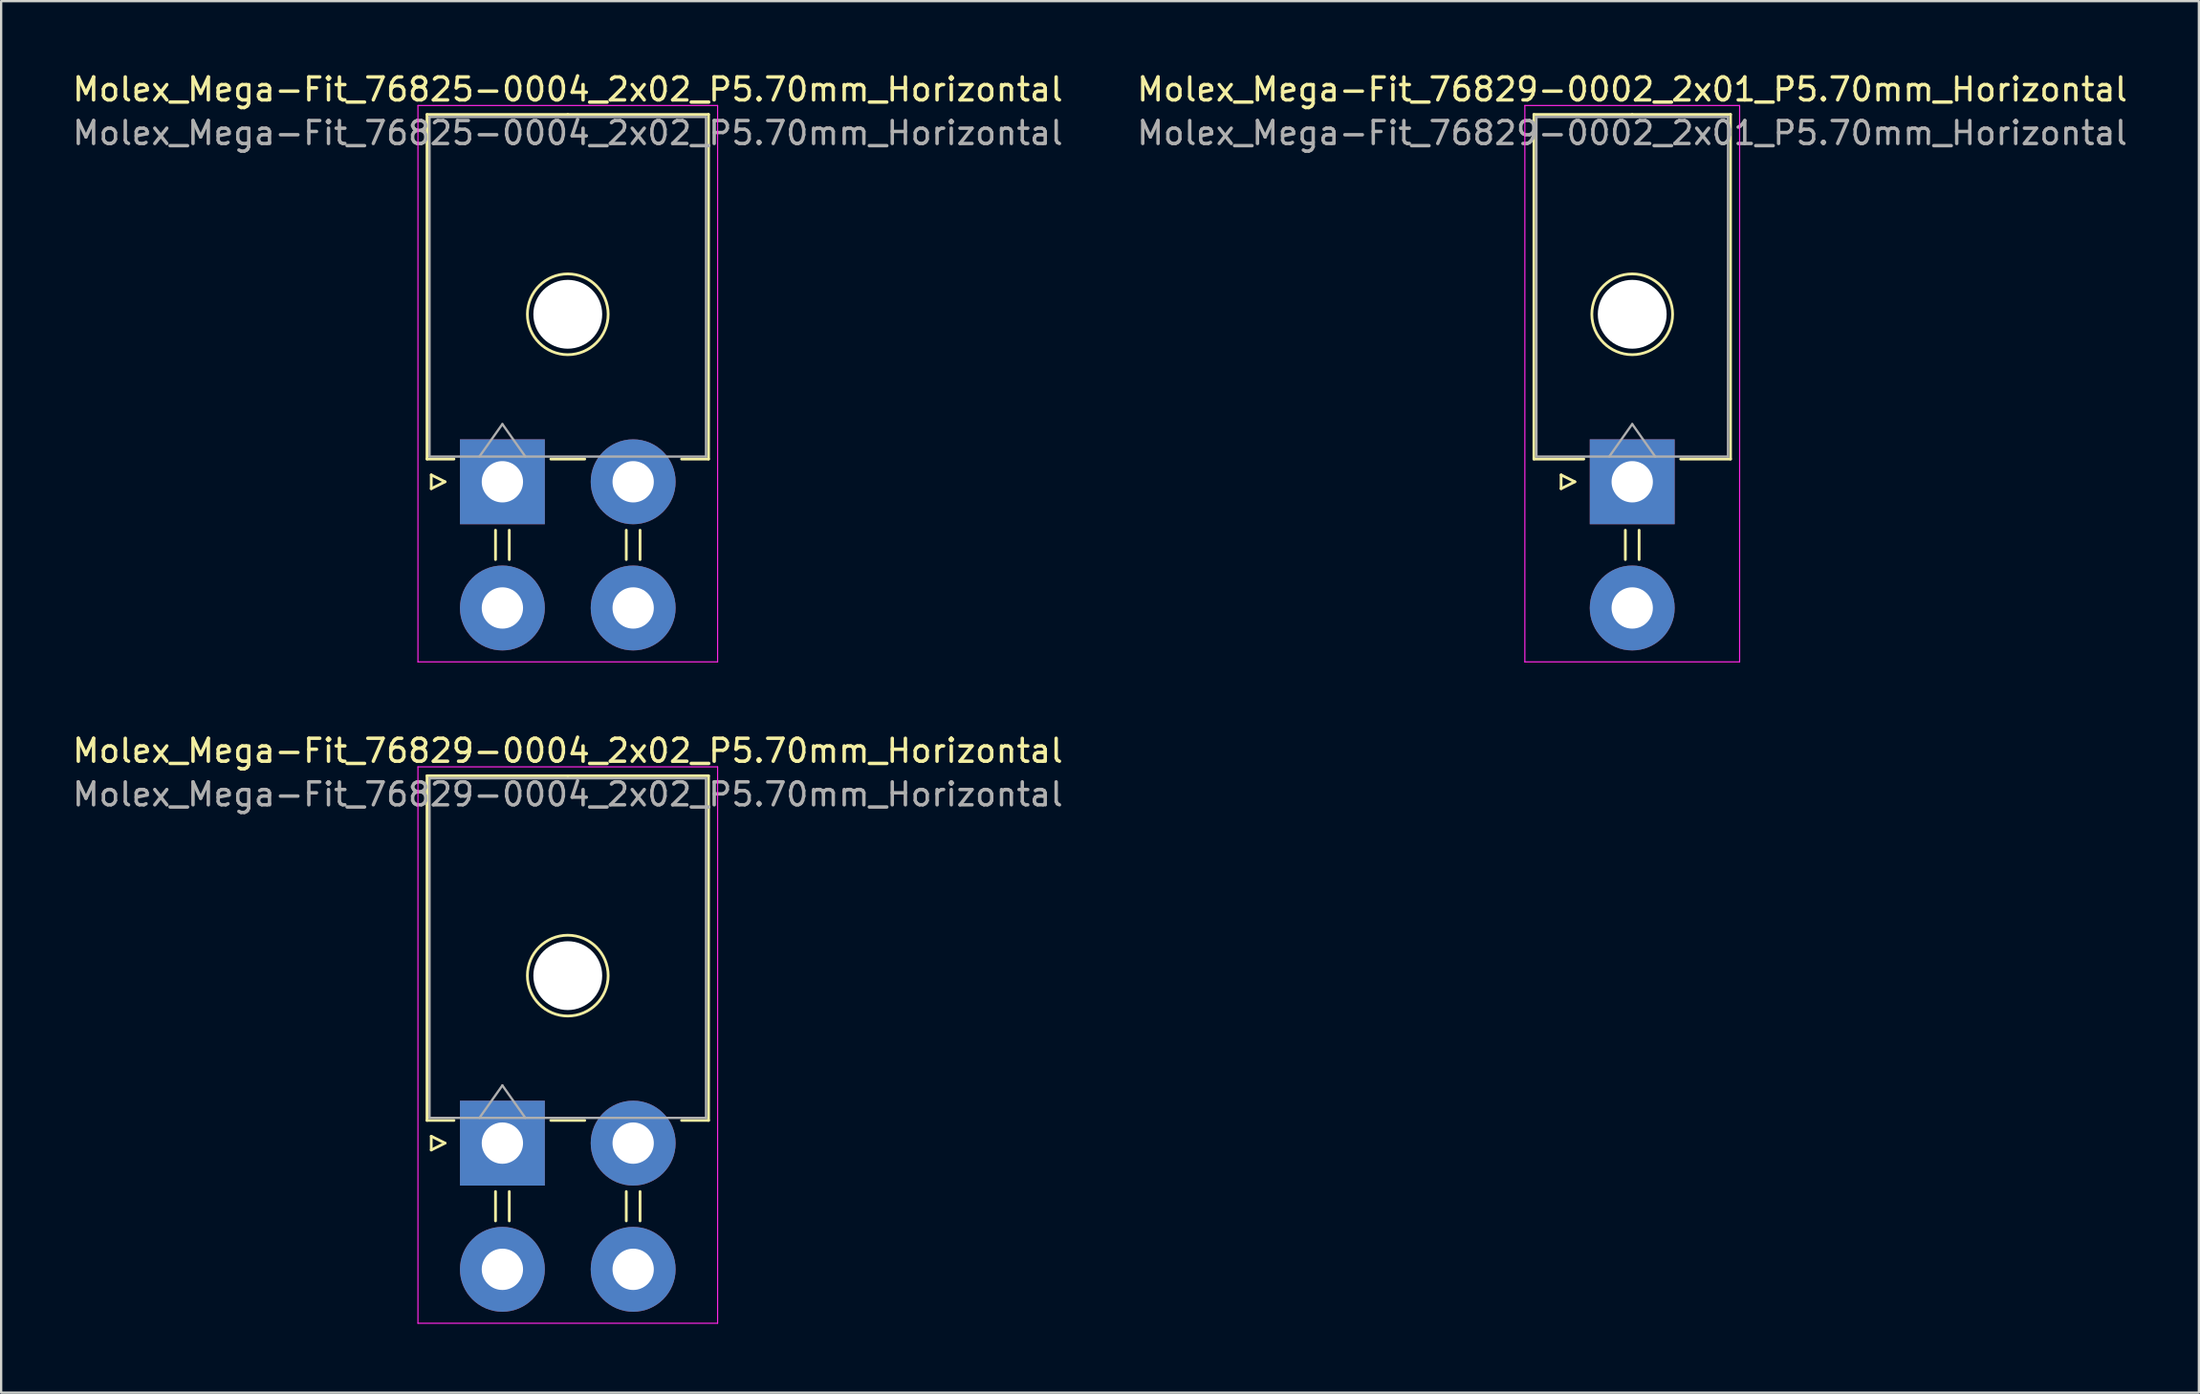
<source format=kicad_pcb>
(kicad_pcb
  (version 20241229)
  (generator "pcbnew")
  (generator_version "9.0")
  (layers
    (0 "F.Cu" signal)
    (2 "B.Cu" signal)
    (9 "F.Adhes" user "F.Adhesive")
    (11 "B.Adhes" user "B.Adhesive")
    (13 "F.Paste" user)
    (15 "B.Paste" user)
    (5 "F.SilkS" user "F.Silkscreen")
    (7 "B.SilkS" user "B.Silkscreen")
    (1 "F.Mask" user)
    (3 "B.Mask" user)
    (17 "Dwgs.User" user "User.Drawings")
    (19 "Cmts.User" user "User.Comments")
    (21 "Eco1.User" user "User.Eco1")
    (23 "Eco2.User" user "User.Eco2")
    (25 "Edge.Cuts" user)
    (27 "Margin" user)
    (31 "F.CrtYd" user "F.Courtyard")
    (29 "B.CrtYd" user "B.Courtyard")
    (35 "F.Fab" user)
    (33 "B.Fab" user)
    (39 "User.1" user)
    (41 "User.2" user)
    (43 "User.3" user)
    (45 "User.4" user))
  (footprint "Molex_Mega-Fit_76825-0004_2x02_P5.70mm_Horizontal"
    (layer "F.Cu")
    (at 18.846 17.948)
    (property "Reference" "Molex_Mega-Fit_76825-0004_2x02_P5.70mm_Horizontal" (at 2.85 -17.1 0) (layer "F.SilkS") (effects (font (size 1 1) (thickness 0.15))))
    (attr through_hole)
    (fp_line (start -3.285 -16.01) (end -3.285 -0.99) (stroke (width 0.12) (type solid)) (layer "F.SilkS"))
    (fp_line (start -3.285 -0.99) (end -2.11 -0.99) (stroke (width 0.12) (type solid)) (layer "F.SilkS"))
    (fp_line (start -3.1 -0.3) (end -2.5 0) (stroke (width 0.12) (type solid)) (layer "F.SilkS"))
    (fp_line (start -3.1 0.3) (end -3.1 -0.3) (stroke (width 0.12) (type solid)) (layer "F.SilkS"))
    (fp_line (start -2.5 0) (end -3.1 0.3) (stroke (width 0.12) (type solid)) (layer "F.SilkS"))
    (fp_line (start -0.3 2.11) (end -0.3 3.39) (stroke (width 0.12) (type solid)) (layer "F.SilkS"))
    (fp_line (start 0.3 2.11) (end 0.3 3.39) (stroke (width 0.12) (type solid)) (layer "F.SilkS"))
    (fp_line (start 2.11 -0.99) (end 3.59 -0.99) (stroke (width 0.12) (type solid)) (layer "F.SilkS"))
    (fp_line (start 2.85 -16.01) (end -3.285 -16.01) (stroke (width 0.12) (type solid)) (layer "F.SilkS"))
    (fp_line (start 2.85 -16.01) (end 8.985 -16.01) (stroke (width 0.12) (type solid)) (layer "F.SilkS"))
    (fp_line (start 5.4 2.11) (end 5.4 3.39) (stroke (width 0.12) (type solid)) (layer "F.SilkS"))
    (fp_line (start 6 2.11) (end 6 3.39) (stroke (width 0.12) (type solid)) (layer "F.SilkS"))
    (fp_line (start 8.985 -16.01) (end 8.985 -0.99) (stroke (width 0.12) (type solid)) (layer "F.SilkS"))
    (fp_line (start 8.985 -0.99) (end 7.81 -0.99) (stroke (width 0.12) (type solid)) (layer "F.SilkS"))
    (fp_circle (center 2.85 -7.3) (end 4.61 -7.3) (stroke (width 0.12) (type solid)) (fill no) (layer "F.SilkS"))
    (fp_line (start -3.68 -16.4) (end -3.68 7.85) (stroke (width 0.05) (type solid)) (layer "F.CrtYd"))
    (fp_line (start -3.68 7.85) (end 9.38 7.85) (stroke (width 0.05) (type solid)) (layer "F.CrtYd"))
    (fp_line (start 9.38 -16.4) (end -3.68 -16.4) (stroke (width 0.05) (type solid)) (layer "F.CrtYd"))
    (fp_line (start 9.38 7.85) (end 9.38 -16.4) (stroke (width 0.05) (type solid)) (layer "F.CrtYd"))
    (fp_line (start -3.175 -15.9) (end -3.175 -1.1) (stroke (width 0.1) (type solid)) (layer "F.Fab"))
    (fp_line (start -3.175 -1.1) (end 8.875 -1.1) (stroke (width 0.1) (type solid)) (layer "F.Fab"))
    (fp_line (start -1 -1.1) (end 0 -2.514) (stroke (width 0.1) (type solid)) (layer "F.Fab"))
    (fp_line (start 0 -2.514) (end 1 -1.1) (stroke (width 0.1) (type solid)) (layer "F.Fab"))
    (fp_line (start 8.875 -15.9) (end -3.175 -15.9) (stroke (width 0.1) (type solid)) (layer "F.Fab"))
    (fp_line (start 8.875 -1.1) (end 8.875 -15.9) (stroke (width 0.1) (type solid)) (layer "F.Fab"))
    (fp_text user "${REFERENCE}" (at 2.85 -15.2 0) (layer "F.Fab") (effects (font (size 1 1) (thickness 0.15))))
    (pad "" np_thru_hole circle (at 2.85 -7.3) (size 3 3) (drill 3) (layers "*.Cu" "*.Mask"))
    (pad "1" thru_hole rect (at 0 0) (size 3.7 3.7) (drill 1.8) (layers "*.Cu" "*.Mask"))
    (pad "2" thru_hole circle (at 5.7 0) (size 3.7 3.7) (drill 1.8) (layers "*.Cu" "*.Mask"))
    (pad "3" thru_hole circle (at 0 5.5) (size 3.7 3.7) (drill 1.8) (layers "*.Cu" "*.Mask"))
    (pad "4" thru_hole circle (at 5.7 5.5) (size 3.7 3.7) (drill 1.8) (layers "*.Cu" "*.Mask")))
  (footprint "Molex_Mega-Fit_76829-0002_2x01_P5.70mm_Horizontal"
    (layer "F.Cu")
    (at 68.089 17.948)
    (property "Reference" "Molex_Mega-Fit_76829-0002_2x01_P5.70mm_Horizontal" (at 0 -17.1 0) (layer "F.SilkS") (effects (font (size 1 1) (thickness 0.15))))
    (attr through_hole)
    (fp_line (start -4.285 -16.01) (end -4.285 -0.99) (stroke (width 0.12) (type solid)) (layer "F.SilkS"))
    (fp_line (start -4.285 -0.99) (end -2.11 -0.99) (stroke (width 0.12) (type solid)) (layer "F.SilkS"))
    (fp_line (start -3.1 -0.3) (end -2.5 0) (stroke (width 0.12) (type solid)) (layer "F.SilkS"))
    (fp_line (start -3.1 0.3) (end -3.1 -0.3) (stroke (width 0.12) (type solid)) (layer "F.SilkS"))
    (fp_line (start -2.5 0) (end -3.1 0.3) (stroke (width 0.12) (type solid)) (layer "F.SilkS"))
    (fp_line (start -0.3 2.11) (end -0.3 3.39) (stroke (width 0.12) (type solid)) (layer "F.SilkS"))
    (fp_line (start 0 -16.01) (end -4.285 -16.01) (stroke (width 0.12) (type solid)) (layer "F.SilkS"))
    (fp_line (start 0 -16.01) (end 4.285 -16.01) (stroke (width 0.12) (type solid)) (layer "F.SilkS"))
    (fp_line (start 0.3 2.11) (end 0.3 3.39) (stroke (width 0.12) (type solid)) (layer "F.SilkS"))
    (fp_line (start 4.285 -16.01) (end 4.285 -0.99) (stroke (width 0.12) (type solid)) (layer "F.SilkS"))
    (fp_line (start 4.285 -0.99) (end 2.11 -0.99) (stroke (width 0.12) (type solid)) (layer "F.SilkS"))
    (fp_circle (center 0 -7.3) (end 1.76 -7.3) (stroke (width 0.12) (type solid)) (fill no) (layer "F.SilkS"))
    (fp_line (start -4.68 -16.4) (end -4.68 7.85) (stroke (width 0.05) (type solid)) (layer "F.CrtYd"))
    (fp_line (start -4.68 7.85) (end 4.68 7.85) (stroke (width 0.05) (type solid)) (layer "F.CrtYd"))
    (fp_line (start 4.68 -16.4) (end -4.68 -16.4) (stroke (width 0.05) (type solid)) (layer "F.CrtYd"))
    (fp_line (start 4.68 7.85) (end 4.68 -16.4) (stroke (width 0.05) (type solid)) (layer "F.CrtYd"))
    (fp_line (start -4.175 -15.9) (end -4.175 -1.1) (stroke (width 0.1) (type solid)) (layer "F.Fab"))
    (fp_line (start -4.175 -1.1) (end 4.175 -1.1) (stroke (width 0.1) (type solid)) (layer "F.Fab"))
    (fp_line (start -1 -1.1) (end 0 -2.514) (stroke (width 0.1) (type solid)) (layer "F.Fab"))
    (fp_line (start 0 -2.514) (end 1 -1.1) (stroke (width 0.1) (type solid)) (layer "F.Fab"))
    (fp_line (start 4.175 -15.9) (end -4.175 -15.9) (stroke (width 0.1) (type solid)) (layer "F.Fab"))
    (fp_line (start 4.175 -1.1) (end 4.175 -15.9) (stroke (width 0.1) (type solid)) (layer "F.Fab"))
    (fp_text user "${REFERENCE}" (at 0 -15.2 0) (layer "F.Fab") (effects (font (size 1 1) (thickness 0.15))))
    (pad "" np_thru_hole circle (at 0 -7.3) (size 3 3) (drill 3) (layers "*.Cu" "*.Mask"))
    (pad "1" thru_hole rect (at 0 0) (size 3.7 3.7) (drill 1.8) (layers "*.Cu" "*.Mask"))
    (pad "2" thru_hole circle (at 0 5.5) (size 3.7 3.7) (drill 1.8) (layers "*.Cu" "*.Mask")))
  (footprint "Molex_Mega-Fit_76829-0004_2x02_P5.70mm_Horizontal"
    (layer "F.Cu")
    (at 18.846 46.772)
    (property "Reference" "Molex_Mega-Fit_76829-0004_2x02_P5.70mm_Horizontal" (at 2.85 -17.1 0) (layer "F.SilkS") (effects (font (size 1 1) (thickness 0.15))))
    (attr through_hole)
    (fp_line (start -3.285 -16.01) (end -3.285 -0.99) (stroke (width 0.12) (type solid)) (layer "F.SilkS"))
    (fp_line (start -3.285 -0.99) (end -2.11 -0.99) (stroke (width 0.12) (type solid)) (layer "F.SilkS"))
    (fp_line (start -3.1 -0.3) (end -2.5 0) (stroke (width 0.12) (type solid)) (layer "F.SilkS"))
    (fp_line (start -3.1 0.3) (end -3.1 -0.3) (stroke (width 0.12) (type solid)) (layer "F.SilkS"))
    (fp_line (start -2.5 0) (end -3.1 0.3) (stroke (width 0.12) (type solid)) (layer "F.SilkS"))
    (fp_line (start -0.3 2.11) (end -0.3 3.39) (stroke (width 0.12) (type solid)) (layer "F.SilkS"))
    (fp_line (start 0.3 2.11) (end 0.3 3.39) (stroke (width 0.12) (type solid)) (layer "F.SilkS"))
    (fp_line (start 2.11 -0.99) (end 3.59 -0.99) (stroke (width 0.12) (type solid)) (layer "F.SilkS"))
    (fp_line (start 2.85 -16.01) (end -3.285 -16.01) (stroke (width 0.12) (type solid)) (layer "F.SilkS"))
    (fp_line (start 2.85 -16.01) (end 8.985 -16.01) (stroke (width 0.12) (type solid)) (layer "F.SilkS"))
    (fp_line (start 5.4 2.11) (end 5.4 3.39) (stroke (width 0.12) (type solid)) (layer "F.SilkS"))
    (fp_line (start 6 2.11) (end 6 3.39) (stroke (width 0.12) (type solid)) (layer "F.SilkS"))
    (fp_line (start 8.985 -16.01) (end 8.985 -0.99) (stroke (width 0.12) (type solid)) (layer "F.SilkS"))
    (fp_line (start 8.985 -0.99) (end 7.81 -0.99) (stroke (width 0.12) (type solid)) (layer "F.SilkS"))
    (fp_circle (center 2.85 -7.3) (end 4.61 -7.3) (stroke (width 0.12) (type solid)) (fill no) (layer "F.SilkS"))
    (fp_line (start -3.68 -16.4) (end -3.68 7.85) (stroke (width 0.05) (type solid)) (layer "F.CrtYd"))
    (fp_line (start -3.68 7.85) (end 9.38 7.85) (stroke (width 0.05) (type solid)) (layer "F.CrtYd"))
    (fp_line (start 9.38 -16.4) (end -3.68 -16.4) (stroke (width 0.05) (type solid)) (layer "F.CrtYd"))
    (fp_line (start 9.38 7.85) (end 9.38 -16.4) (stroke (width 0.05) (type solid)) (layer "F.CrtYd"))
    (fp_line (start -3.175 -15.9) (end -3.175 -1.1) (stroke (width 0.1) (type solid)) (layer "F.Fab"))
    (fp_line (start -3.175 -1.1) (end 8.875 -1.1) (stroke (width 0.1) (type solid)) (layer "F.Fab"))
    (fp_line (start -1 -1.1) (end 0 -2.514) (stroke (width 0.1) (type solid)) (layer "F.Fab"))
    (fp_line (start 0 -2.514) (end 1 -1.1) (stroke (width 0.1) (type solid)) (layer "F.Fab"))
    (fp_line (start 8.875 -15.9) (end -3.175 -15.9) (stroke (width 0.1) (type solid)) (layer "F.Fab"))
    (fp_line (start 8.875 -1.1) (end 8.875 -15.9) (stroke (width 0.1) (type solid)) (layer "F.Fab"))
    (fp_text user "${REFERENCE}" (at 2.85 -15.2 0) (layer "F.Fab") (effects (font (size 1 1) (thickness 0.15))))
    (pad "" np_thru_hole circle (at 2.85 -7.3) (size 3 3) (drill 3) (layers "*.Cu" "*.Mask"))
    (pad "1" thru_hole rect (at 0 0) (size 3.7 3.7) (drill 1.8) (layers "*.Cu" "*.Mask"))
    (pad "2" thru_hole circle (at 5.7 0) (size 3.7 3.7) (drill 1.8) (layers "*.Cu" "*.Mask"))
    (pad "3" thru_hole circle (at 0 5.5) (size 3.7 3.7) (drill 1.8) (layers "*.Cu" "*.Mask"))
    (pad "4" thru_hole circle (at 5.7 5.5) (size 3.7 3.7) (drill 1.8) (layers "*.Cu" "*.Mask")))
  (gr_rect
    (start -3 -3)
    (end 92.786 57.647)
    (stroke (width 0.1) (type default))
    (fill no)
    (layer "Edge.Cuts")))
</source>
